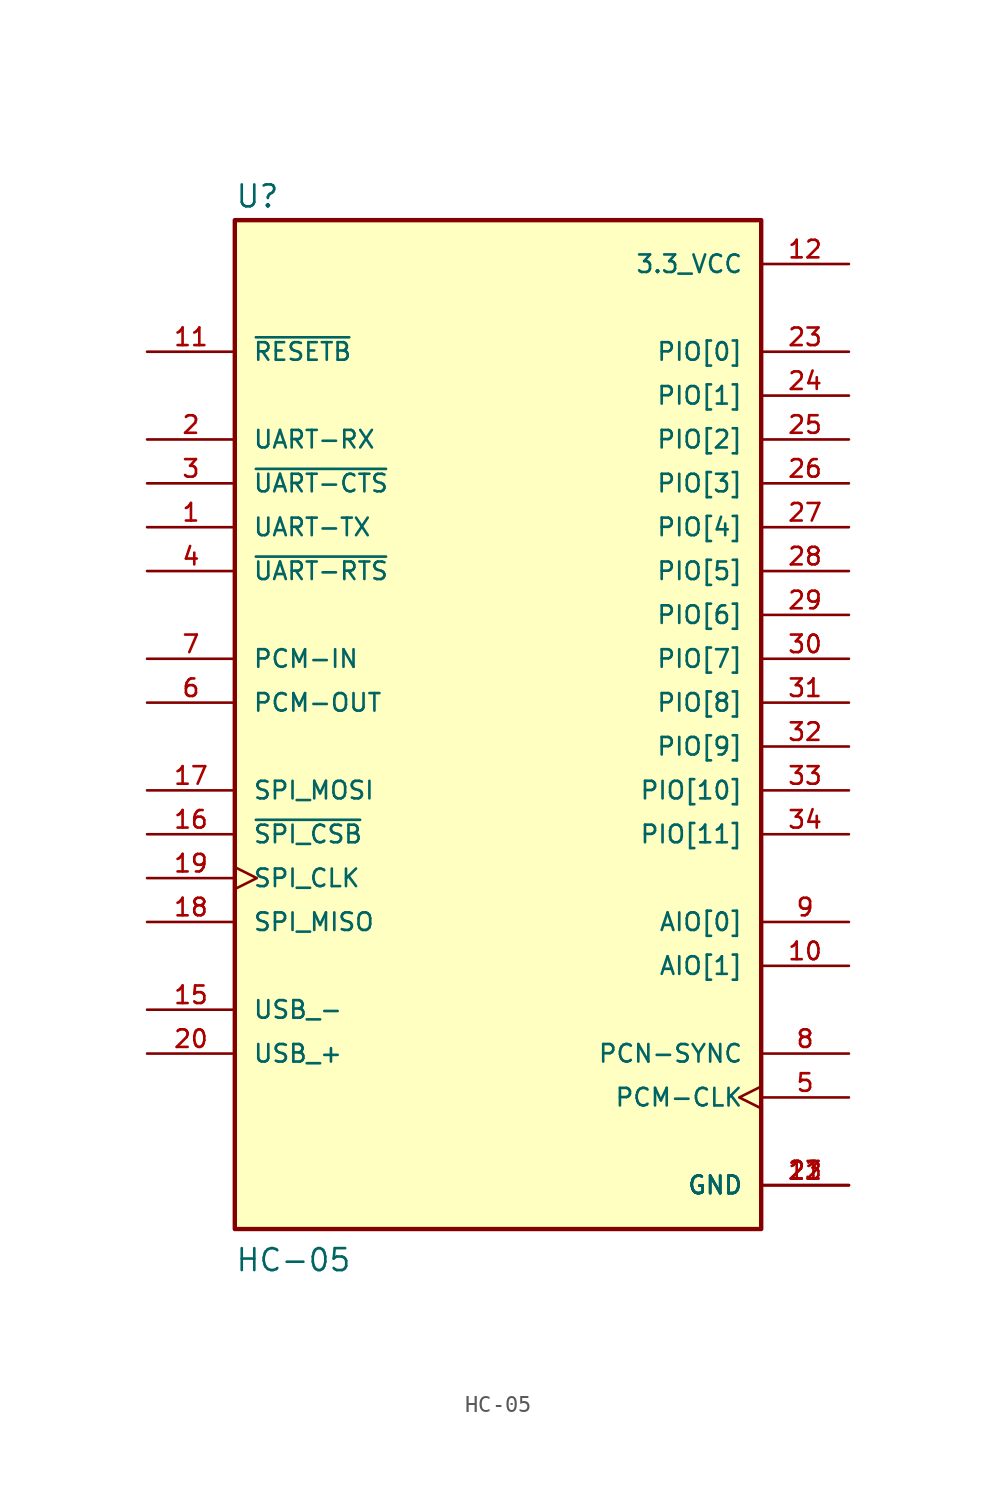
<source format=kicad_sym>
(kicad_symbol_lib
  (version 20211014)
  (generator kicad_symbol_editor)
  (symbol "HC-05"
    (pin_names
      (offset 1.016))
    (property "Reference" "U"
      (at -15.24 31.115 0)
      (effects (font (size 1.27 1.27)) (justify bottom left)))
    (property "Value" "HC-05"
      (at -15.24 -30.48 0)
      (effects (font (size 1.27 1.27)) (justify bottom left)))
    (symbol "HC-05_0_0"
      (rectangle (start -15.24 -27.94) (end 15.24 30.48) (stroke (width 0.254)) (fill (type background)))
      (pin output line (at -20.32 12.7 0) (length 5.08) (name "UART-TX" (effects (font (size 1.016 1.016)))) (number "1" (effects (font (size 1.016 1.016)))))
      (pin input line (at -20.32 17.78 0) (length 5.08) (name "UART-RX" (effects (font (size 1.016 1.016)))) (number "2" (effects (font (size 1.016 1.016)))))
      (pin input line (at -20.32 15.24 0) (length 5.08) (name "~{UART-CTS}" (effects (font (size 1.016 1.016)))) (number "3" (effects (font (size 1.016 1.016)))))
      (pin output line (at -20.32 10.16 0) (length 5.08) (name "~{UART-RTS}" (effects (font (size 1.016 1.016)))) (number "4" (effects (font (size 1.016 1.016)))))
      (pin bidirectional clock (at 20.32 -20.32 180.0) (length 5.08) (name "PCM-CLK" (effects (font (size 1.016 1.016)))) (number "5" (effects (font (size 1.016 1.016)))))
      (pin output line (at -20.32 2.54 0) (length 5.08) (name "PCM-OUT" (effects (font (size 1.016 1.016)))) (number "6" (effects (font (size 1.016 1.016)))))
      (pin input line (at -20.32 5.08 0) (length 5.08) (name "PCM-IN" (effects (font (size 1.016 1.016)))) (number "7" (effects (font (size 1.016 1.016)))))
      (pin bidirectional line (at 20.32 -17.78 180.0) (length 5.08) (name "PCN-SYNC" (effects (font (size 1.016 1.016)))) (number "8" (effects (font (size 1.016 1.016)))))
      (pin bidirectional line (at 20.32 -10.16 180.0) (length 5.08) (name "AIO[0]" (effects (font (size 1.016 1.016)))) (number "9" (effects (font (size 1.016 1.016)))))
      (pin bidirectional line (at 20.32 -12.7 180.0) (length 5.08) (name "AIO[1]" (effects (font (size 1.016 1.016)))) (number "10" (effects (font (size 1.016 1.016)))))
      (pin input line (at -20.32 22.86 0) (length 5.08) (name "~{RESETB}" (effects (font (size 1.016 1.016)))) (number "11" (effects (font (size 1.016 1.016)))))
      (pin power_in line (at 20.32 27.94 180.0) (length 5.08) (name "3.3_VCC" (effects (font (size 1.016 1.016)))) (number "12" (effects (font (size 1.016 1.016)))))
      (pin power_in line (at 20.32 -25.4 180.0) (length 5.08) (name "GND" (effects (font (size 1.016 1.016)))) (number "13" (effects (font (size 1.016 1.016)))))
      (pin power_in line (at 20.32 -25.4 180.0) (length 5.08) (name "GND" (effects (font (size 1.016 1.016)))) (number "21" (effects (font (size 1.016 1.016)))))
      (pin power_in line (at 20.32 -25.4 180.0) (length 5.08) (name "GND" (effects (font (size 1.016 1.016)))) (number "22" (effects (font (size 1.016 1.016)))))
      (pin bidirectional line (at -20.32 -15.24 0) (length 5.08) (name "USB_-" (effects (font (size 1.016 1.016)))) (number "15" (effects (font (size 1.016 1.016)))))
      (pin input line (at -20.32 -5.08 0) (length 5.08) (name "~{SPI_CSB}" (effects (font (size 1.016 1.016)))) (number "16" (effects (font (size 1.016 1.016)))))
      (pin input line (at -20.32 -2.54 0) (length 5.08) (name "SPI_MOSI" (effects (font (size 1.016 1.016)))) (number "17" (effects (font (size 1.016 1.016)))))
      (pin output line (at -20.32 -10.16 0) (length 5.08) (name "SPI_MISO" (effects (font (size 1.016 1.016)))) (number "18" (effects (font (size 1.016 1.016)))))
      (pin input clock (at -20.32 -7.62 0) (length 5.08) (name "SPI_CLK" (effects (font (size 1.016 1.016)))) (number "19" (effects (font (size 1.016 1.016)))))
      (pin bidirectional line (at -20.32 -17.78 0) (length 5.08) (name "USB_+" (effects (font (size 1.016 1.016)))) (number "20" (effects (font (size 1.016 1.016)))))
      (pin bidirectional line (at 20.32 22.86 180.0) (length 5.08) (name "PIO[0]" (effects (font (size 1.016 1.016)))) (number "23" (effects (font (size 1.016 1.016)))))
      (pin bidirectional line (at 20.32 20.32 180.0) (length 5.08) (name "PIO[1]" (effects (font (size 1.016 1.016)))) (number "24" (effects (font (size 1.016 1.016)))))
      (pin bidirectional line (at 20.32 17.78 180.0) (length 5.08) (name "PIO[2]" (effects (font (size 1.016 1.016)))) (number "25" (effects (font (size 1.016 1.016)))))
      (pin bidirectional line (at 20.32 15.24 180.0) (length 5.08) (name "PIO[3]" (effects (font (size 1.016 1.016)))) (number "26" (effects (font (size 1.016 1.016)))))
      (pin bidirectional line (at 20.32 12.7 180.0) (length 5.08) (name "PIO[4]" (effects (font (size 1.016 1.016)))) (number "27" (effects (font (size 1.016 1.016)))))
      (pin bidirectional line (at 20.32 10.16 180.0) (length 5.08) (name "PIO[5]" (effects (font (size 1.016 1.016)))) (number "28" (effects (font (size 1.016 1.016)))))
      (pin bidirectional line (at 20.32 7.62 180.0) (length 5.08) (name "PIO[6]" (effects (font (size 1.016 1.016)))) (number "29" (effects (font (size 1.016 1.016)))))
      (pin bidirectional line (at 20.32 5.08 180.0) (length 5.08) (name "PIO[7]" (effects (font (size 1.016 1.016)))) (number "30" (effects (font (size 1.016 1.016)))))
      (pin bidirectional line (at 20.32 2.54 180.0) (length 5.08) (name "PIO[8]" (effects (font (size 1.016 1.016)))) (number "31" (effects (font (size 1.016 1.016)))))
      (pin bidirectional line (at 20.32 0.0 180.0) (length 5.08) (name "PIO[9]" (effects (font (size 1.016 1.016)))) (number "32" (effects (font (size 1.016 1.016)))))
      (pin bidirectional line (at 20.32 -2.54 180.0) (length 5.08) (name "PIO[10]" (effects (font (size 1.016 1.016)))) (number "33" (effects (font (size 1.016 1.016)))))
      (pin bidirectional line (at 20.32 -5.08 180.0) (length 5.08) (name "PIO[11]" (effects (font (size 1.016 1.016)))) (number "34" (effects (font (size 1.016 1.016))))))))
</source>
